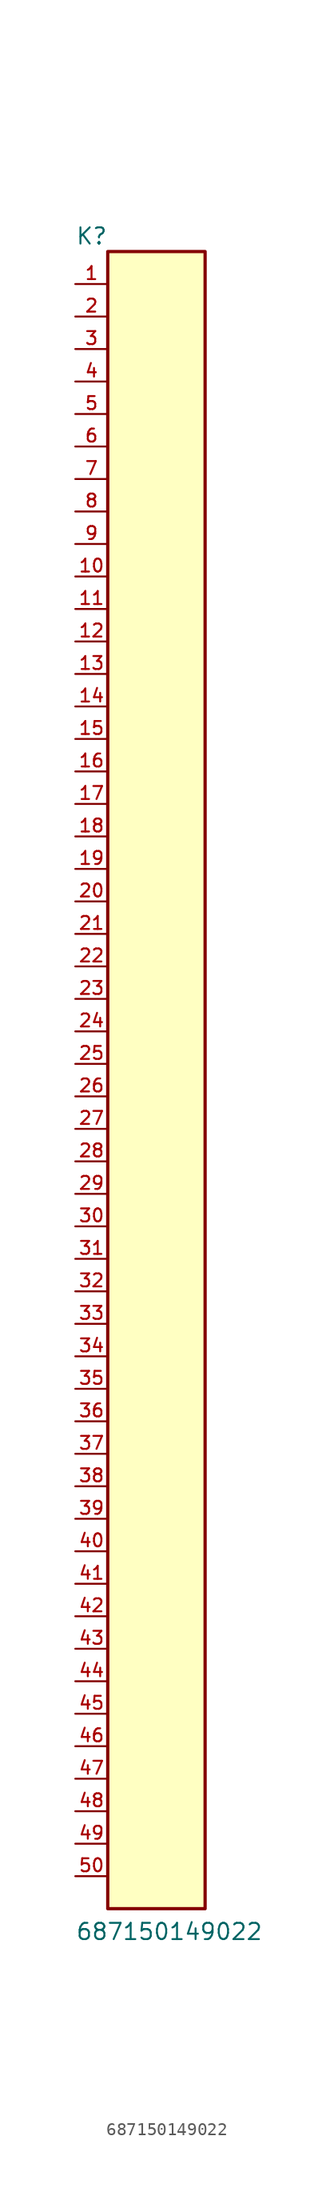
<source format=kicad_sym>
(kicad_symbol_lib
  (version 20211014)
  (generator kicad_symbol_editor)
  (symbol "687150149022"
    (pin_names
      (offset 1.016))
    (property "Reference" "K"
      (at 0.0 3.0 0)
      (effects (font (size 1.27 1.27)) (justify bottom left)))
    (property "Value" "687150149022"
      (at 0.0 -129.54 0)
      (effects (font (size 1.27 1.27)) (justify bottom left)))
    (symbol "687150149022_0_0"
      (rectangle (start 2.54 -127.0) (end 10.16 2.54) (stroke (width 0.254)) (fill (type background)))
      (pin passive line (at 0.0 0.0 0) (length 2.54) (name "~" (effects (font (size 1.016 1.016)))) (number "1" (effects (font (size 1.016 1.016)))))
      (pin passive line (at 0.0 -2.54 0) (length 2.54) (name "~" (effects (font (size 1.016 1.016)))) (number "2" (effects (font (size 1.016 1.016)))))
      (pin passive line (at 0.0 -5.08 0) (length 2.54) (name "~" (effects (font (size 1.016 1.016)))) (number "3" (effects (font (size 1.016 1.016)))))
      (pin passive line (at 0.0 -7.62 0) (length 2.54) (name "~" (effects (font (size 1.016 1.016)))) (number "4" (effects (font (size 1.016 1.016)))))
      (pin passive line (at 0.0 -10.16 0) (length 2.54) (name "~" (effects (font (size 1.016 1.016)))) (number "5" (effects (font (size 1.016 1.016)))))
      (pin passive line (at 0.0 -12.7 0) (length 2.54) (name "~" (effects (font (size 1.016 1.016)))) (number "6" (effects (font (size 1.016 1.016)))))
      (pin passive line (at 0.0 -15.24 0) (length 2.54) (name "~" (effects (font (size 1.016 1.016)))) (number "7" (effects (font (size 1.016 1.016)))))
      (pin passive line (at 0.0 -17.78 0) (length 2.54) (name "~" (effects (font (size 1.016 1.016)))) (number "8" (effects (font (size 1.016 1.016)))))
      (pin passive line (at 0.0 -20.32 0) (length 2.54) (name "~" (effects (font (size 1.016 1.016)))) (number "9" (effects (font (size 1.016 1.016)))))
      (pin passive line (at 0.0 -22.86 0) (length 2.54) (name "~" (effects (font (size 1.016 1.016)))) (number "10" (effects (font (size 1.016 1.016)))))
      (pin passive line (at 0.0 -25.4 0) (length 2.54) (name "~" (effects (font (size 1.016 1.016)))) (number "11" (effects (font (size 1.016 1.016)))))
      (pin passive line (at 0.0 -27.94 0) (length 2.54) (name "~" (effects (font (size 1.016 1.016)))) (number "12" (effects (font (size 1.016 1.016)))))
      (pin passive line (at 0.0 -30.48 0) (length 2.54) (name "~" (effects (font (size 1.016 1.016)))) (number "13" (effects (font (size 1.016 1.016)))))
      (pin passive line (at 0.0 -33.02 0) (length 2.54) (name "~" (effects (font (size 1.016 1.016)))) (number "14" (effects (font (size 1.016 1.016)))))
      (pin passive line (at 0.0 -35.56 0) (length 2.54) (name "~" (effects (font (size 1.016 1.016)))) (number "15" (effects (font (size 1.016 1.016)))))
      (pin passive line (at 0.0 -38.1 0) (length 2.54) (name "~" (effects (font (size 1.016 1.016)))) (number "16" (effects (font (size 1.016 1.016)))))
      (pin passive line (at 0.0 -40.64 0) (length 2.54) (name "~" (effects (font (size 1.016 1.016)))) (number "17" (effects (font (size 1.016 1.016)))))
      (pin passive line (at 0.0 -43.18 0) (length 2.54) (name "~" (effects (font (size 1.016 1.016)))) (number "18" (effects (font (size 1.016 1.016)))))
      (pin passive line (at 0.0 -45.72 0) (length 2.54) (name "~" (effects (font (size 1.016 1.016)))) (number "19" (effects (font (size 1.016 1.016)))))
      (pin passive line (at 0.0 -48.26 0) (length 2.54) (name "~" (effects (font (size 1.016 1.016)))) (number "20" (effects (font (size 1.016 1.016)))))
      (pin passive line (at 0.0 -50.8 0) (length 2.54) (name "~" (effects (font (size 1.016 1.016)))) (number "21" (effects (font (size 1.016 1.016)))))
      (pin passive line (at 0.0 -53.34 0) (length 2.54) (name "~" (effects (font (size 1.016 1.016)))) (number "22" (effects (font (size 1.016 1.016)))))
      (pin passive line (at 0.0 -55.88 0) (length 2.54) (name "~" (effects (font (size 1.016 1.016)))) (number "23" (effects (font (size 1.016 1.016)))))
      (pin passive line (at 0.0 -58.42 0) (length 2.54) (name "~" (effects (font (size 1.016 1.016)))) (number "24" (effects (font (size 1.016 1.016)))))
      (pin passive line (at 0.0 -60.96 0) (length 2.54) (name "~" (effects (font (size 1.016 1.016)))) (number "25" (effects (font (size 1.016 1.016)))))
      (pin passive line (at 0.0 -63.5 0) (length 2.54) (name "~" (effects (font (size 1.016 1.016)))) (number "26" (effects (font (size 1.016 1.016)))))
      (pin passive line (at 0.0 -66.04 0) (length 2.54) (name "~" (effects (font (size 1.016 1.016)))) (number "27" (effects (font (size 1.016 1.016)))))
      (pin passive line (at 0.0 -68.58 0) (length 2.54) (name "~" (effects (font (size 1.016 1.016)))) (number "28" (effects (font (size 1.016 1.016)))))
      (pin passive line (at 0.0 -71.12 0) (length 2.54) (name "~" (effects (font (size 1.016 1.016)))) (number "29" (effects (font (size 1.016 1.016)))))
      (pin passive line (at 0.0 -73.66 0) (length 2.54) (name "~" (effects (font (size 1.016 1.016)))) (number "30" (effects (font (size 1.016 1.016)))))
      (pin passive line (at 0.0 -76.2 0) (length 2.54) (name "~" (effects (font (size 1.016 1.016)))) (number "31" (effects (font (size 1.016 1.016)))))
      (pin passive line (at 0.0 -78.74 0) (length 2.54) (name "~" (effects (font (size 1.016 1.016)))) (number "32" (effects (font (size 1.016 1.016)))))
      (pin passive line (at 0.0 -81.28 0) (length 2.54) (name "~" (effects (font (size 1.016 1.016)))) (number "33" (effects (font (size 1.016 1.016)))))
      (pin passive line (at 0.0 -83.82 0) (length 2.54) (name "~" (effects (font (size 1.016 1.016)))) (number "34" (effects (font (size 1.016 1.016)))))
      (pin passive line (at 0.0 -86.36 0) (length 2.54) (name "~" (effects (font (size 1.016 1.016)))) (number "35" (effects (font (size 1.016 1.016)))))
      (pin passive line (at 0.0 -88.9 0) (length 2.54) (name "~" (effects (font (size 1.016 1.016)))) (number "36" (effects (font (size 1.016 1.016)))))
      (pin passive line (at 0.0 -91.44 0) (length 2.54) (name "~" (effects (font (size 1.016 1.016)))) (number "37" (effects (font (size 1.016 1.016)))))
      (pin passive line (at 0.0 -93.98 0) (length 2.54) (name "~" (effects (font (size 1.016 1.016)))) (number "38" (effects (font (size 1.016 1.016)))))
      (pin passive line (at 0.0 -96.52 0) (length 2.54) (name "~" (effects (font (size 1.016 1.016)))) (number "39" (effects (font (size 1.016 1.016)))))
      (pin passive line (at 0.0 -99.06 0) (length 2.54) (name "~" (effects (font (size 1.016 1.016)))) (number "40" (effects (font (size 1.016 1.016)))))
      (pin passive line (at 0.0 -101.6 0) (length 2.54) (name "~" (effects (font (size 1.016 1.016)))) (number "41" (effects (font (size 1.016 1.016)))))
      (pin passive line (at 0.0 -104.14 0) (length 2.54) (name "~" (effects (font (size 1.016 1.016)))) (number "42" (effects (font (size 1.016 1.016)))))
      (pin passive line (at 0.0 -106.68 0) (length 2.54) (name "~" (effects (font (size 1.016 1.016)))) (number "43" (effects (font (size 1.016 1.016)))))
      (pin passive line (at 0.0 -109.22 0) (length 2.54) (name "~" (effects (font (size 1.016 1.016)))) (number "44" (effects (font (size 1.016 1.016)))))
      (pin passive line (at 0.0 -111.76 0) (length 2.54) (name "~" (effects (font (size 1.016 1.016)))) (number "45" (effects (font (size 1.016 1.016)))))
      (pin passive line (at 0.0 -114.3 0) (length 2.54) (name "~" (effects (font (size 1.016 1.016)))) (number "46" (effects (font (size 1.016 1.016)))))
      (pin passive line (at 0.0 -116.84 0) (length 2.54) (name "~" (effects (font (size 1.016 1.016)))) (number "47" (effects (font (size 1.016 1.016)))))
      (pin passive line (at 0.0 -119.38 0) (length 2.54) (name "~" (effects (font (size 1.016 1.016)))) (number "48" (effects (font (size 1.016 1.016)))))
      (pin passive line (at 0.0 -121.92 0) (length 2.54) (name "~" (effects (font (size 1.016 1.016)))) (number "49" (effects (font (size 1.016 1.016)))))
      (pin passive line (at 0.0 -124.46 0) (length 2.54) (name "~" (effects (font (size 1.016 1.016)))) (number "50" (effects (font (size 1.016 1.016))))))))
</source>
